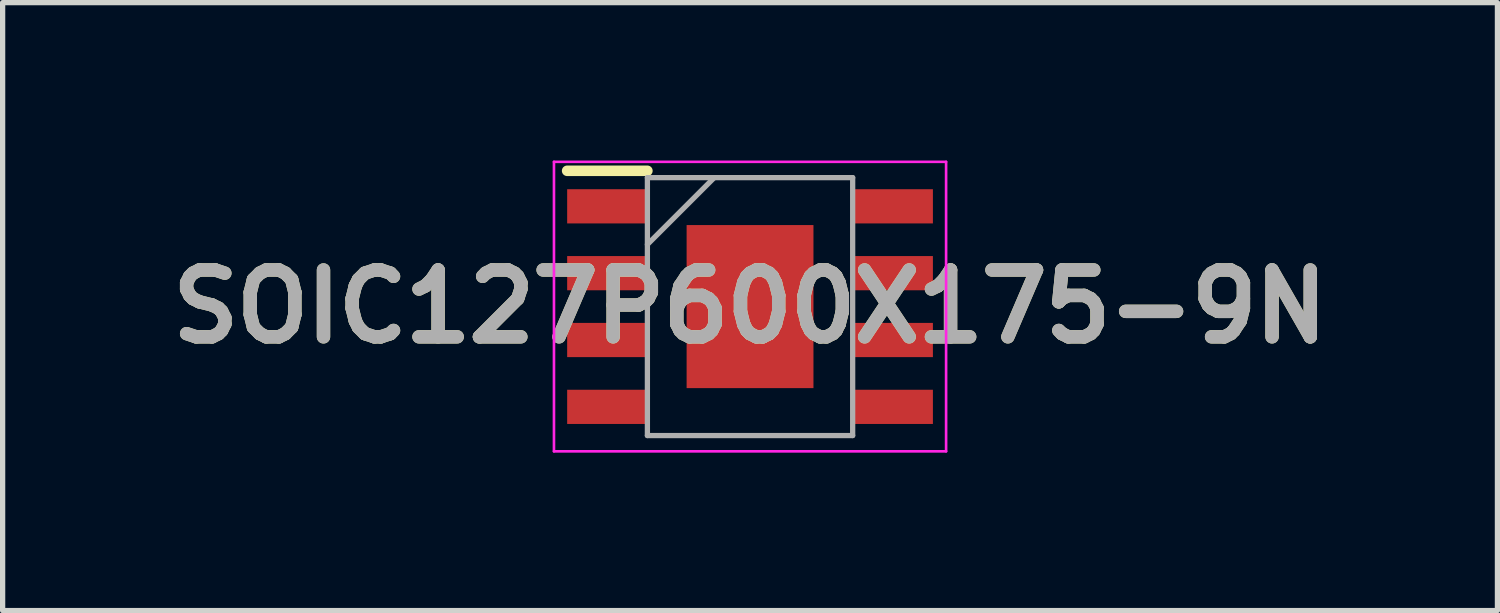
<source format=kicad_pcb>
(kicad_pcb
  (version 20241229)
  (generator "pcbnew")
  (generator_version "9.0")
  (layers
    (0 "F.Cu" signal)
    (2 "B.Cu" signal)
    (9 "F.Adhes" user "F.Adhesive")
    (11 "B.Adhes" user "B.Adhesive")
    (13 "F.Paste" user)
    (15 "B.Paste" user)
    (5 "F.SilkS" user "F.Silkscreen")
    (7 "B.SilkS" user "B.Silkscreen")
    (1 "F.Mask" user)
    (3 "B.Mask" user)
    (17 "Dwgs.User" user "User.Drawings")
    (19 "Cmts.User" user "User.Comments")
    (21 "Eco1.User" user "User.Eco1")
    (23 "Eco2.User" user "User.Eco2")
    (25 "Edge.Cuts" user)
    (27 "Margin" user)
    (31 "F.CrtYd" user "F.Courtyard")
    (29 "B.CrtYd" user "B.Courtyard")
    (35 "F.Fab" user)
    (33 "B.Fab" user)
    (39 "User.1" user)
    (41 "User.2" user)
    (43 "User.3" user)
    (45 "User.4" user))
  (footprint "SOIC127P600X175-9N"
    (layer "F.Cu")
    (at 11.2 2.775)
    (property "Reference" "SOIC127P600X175-9N" (at 0 0 0) (layer "F.SilkS") (effects (font (size 1.27 1.27) (thickness 0.254))))
    (attr smd)
    (fp_line (start -3.475 -2.58) (end -1.95 -2.58) (stroke (width 0.2) (type solid)) (layer "F.SilkS"))
    (fp_line (start -3.725 -2.75) (end 3.725 -2.75) (stroke (width 0.05) (type solid)) (layer "F.CrtYd"))
    (fp_line (start -3.725 2.75) (end -3.725 -2.75) (stroke (width 0.05) (type solid)) (layer "F.CrtYd"))
    (fp_line (start 3.725 -2.75) (end 3.725 2.75) (stroke (width 0.05) (type solid)) (layer "F.CrtYd"))
    (fp_line (start 3.725 2.75) (end -3.725 2.75) (stroke (width 0.05) (type solid)) (layer "F.CrtYd"))
    (fp_line (start -1.95 -2.45) (end 1.95 -2.45) (stroke (width 0.1) (type solid)) (layer "F.Fab"))
    (fp_line (start -1.95 -1.18) (end -0.68 -2.45) (stroke (width 0.1) (type solid)) (layer "F.Fab"))
    (fp_line (start -1.95 2.45) (end -1.95 -2.45) (stroke (width 0.1) (type solid)) (layer "F.Fab"))
    (fp_line (start 1.95 -2.45) (end 1.95 2.45) (stroke (width 0.1) (type solid)) (layer "F.Fab"))
    (fp_line (start 1.95 2.45) (end -1.95 2.45) (stroke (width 0.1) (type solid)) (layer "F.Fab"))
    (fp_text user "${REFERENCE}" (at 0 0 0) (layer "F.Fab") (effects (font (size 1.27 1.27) (thickness 0.254))))
    (pad "1" smd rect (at -2.712 -1.905 90) (size 0.65 1.525) (layers "F.Cu" "F.Mask" "F.Paste"))
    (pad "2" smd rect (at -2.712 -0.635 90) (size 0.65 1.525) (layers "F.Cu" "F.Mask" "F.Paste"))
    (pad "3" smd rect (at -2.712 0.635 90) (size 0.65 1.525) (layers "F.Cu" "F.Mask" "F.Paste"))
    (pad "4" smd rect (at -2.712 1.905 90) (size 0.65 1.525) (layers "F.Cu" "F.Mask" "F.Paste"))
    (pad "5" smd rect (at 2.712 1.905 90) (size 0.65 1.525) (layers "F.Cu" "F.Mask" "F.Paste"))
    (pad "6" smd rect (at 2.712 0.635 90) (size 0.65 1.525) (layers "F.Cu" "F.Mask" "F.Paste"))
    (pad "7" smd rect (at 2.712 -0.635 90) (size 0.65 1.525) (layers "F.Cu" "F.Mask" "F.Paste"))
    (pad "8" smd rect (at 2.712 -1.905 90) (size 0.65 1.525) (layers "F.Cu" "F.Mask" "F.Paste"))
    (pad "9" smd rect (at 0 0) (size 2.41 3.098) (layers "F.Cu" "F.Mask" "F.Paste")))
  (gr_rect
    (start -3 -3)
    (end 25.4 8.55)
    (stroke (width 0.1) (type default))
    (fill no)
    (layer "Edge.Cuts")))
</source>
